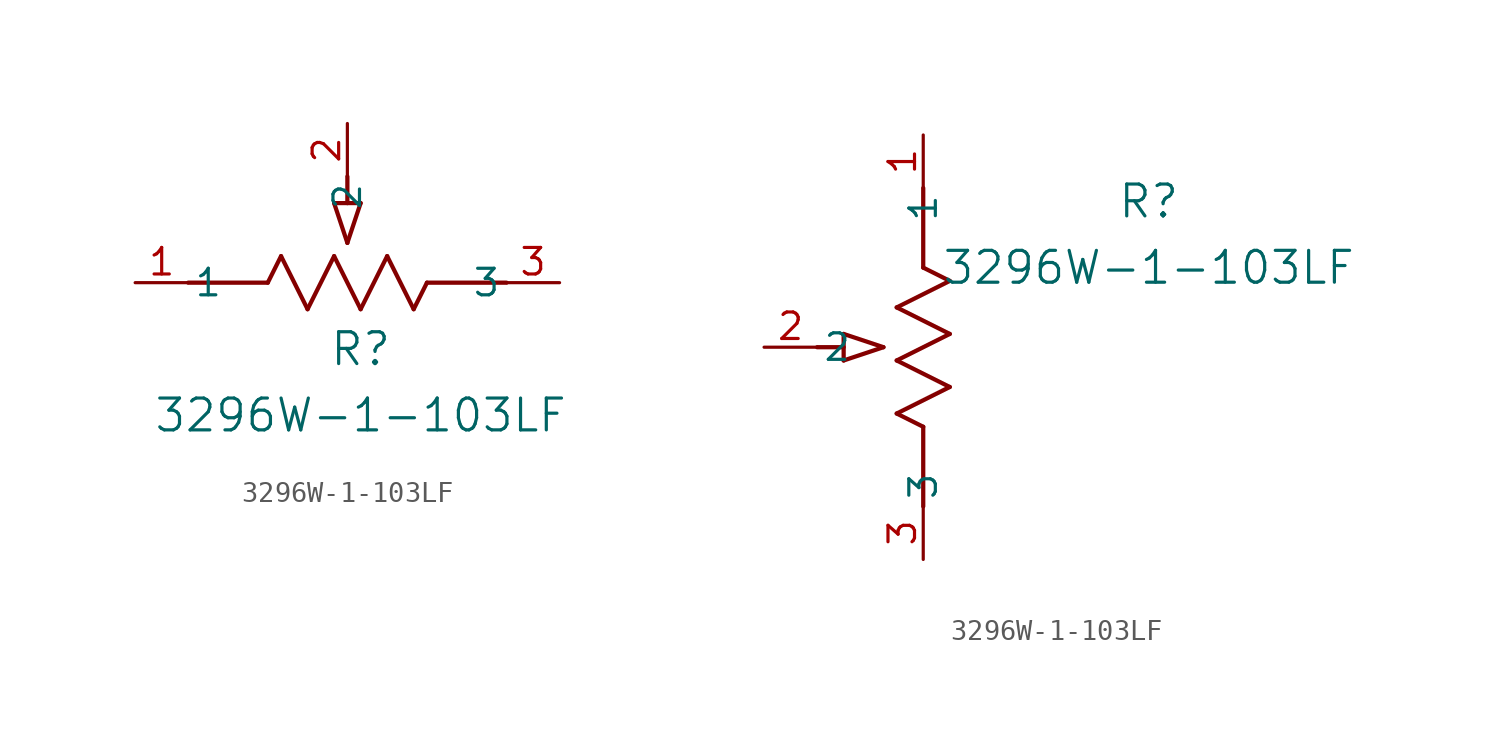
<source format=kicad_sym>
(kicad_symbol_lib
  (version 20211014)
  (generator kicad_symbol_editor)
  (symbol "3296W-1-103LF"
    (pin_names
      (offset 0.254))
    (property "Reference" "R"
      (at 10.795 -3.175 0)
      (effects (font (size 1.524 1.524))))
    (property "Value" "3296W-1-103LF"
      (at 10.795 -6.35 0)
      (effects (font (size 1.524 1.524))))
    (symbol "3296W-1-103LF_1_1"
      (polyline (pts (xy 9.525 3.81) (xy 10.16 1.905)) (stroke (width 0.203) (type default) (color 0 0 0 0)) (fill (type none)))
      (polyline (pts (xy 10.795 3.81) (xy 10.16 1.905)) (stroke (width 0.203) (type default) (color 0 0 0 0)) (fill (type none)))
      (polyline (pts (xy 9.525 3.81) (xy 10.795 3.81)) (stroke (width 0.203) (type default) (color 0 0 0 0)) (fill (type none)))
      (polyline (pts (xy 10.16 3.81) (xy 10.16 5.08)) (stroke (width 0.203) (type default) (color 0 0 0 0)) (fill (type none)))
      (polyline (pts (xy 6.35 0) (xy 6.985 1.27)) (stroke (width 0.203) (type default) (color 0 0 0 0)) (fill (type none)))
      (polyline (pts (xy 9.525 1.27) (xy 10.795 -1.27)) (stroke (width 0.203) (type default) (color 0 0 0 0)) (fill (type none)))
      (polyline (pts (xy 10.795 -1.27) (xy 12.065 1.27)) (stroke (width 0.203) (type default) (color 0 0 0 0)) (fill (type none)))
      (polyline (pts (xy 8.255 -1.27) (xy 9.525 1.27)) (stroke (width 0.203) (type default) (color 0 0 0 0)) (fill (type none)))
      (polyline (pts (xy 6.985 1.27) (xy 8.255 -1.27)) (stroke (width 0.203) (type default) (color 0 0 0 0)) (fill (type none)))
      (polyline (pts (xy 13.335 -1.27) (xy 13.97 0)) (stroke (width 0.203) (type default) (color 0 0 0 0)) (fill (type none)))
      (polyline (pts (xy 13.97 0) (xy 17.78 0)) (stroke (width 0.203) (type default) (color 0 0 0 0)) (fill (type none)))
      (polyline (pts (xy 2.54 0) (xy 6.35 0)) (stroke (width 0.203) (type default) (color 0 0 0 0)) (fill (type none)))
      (polyline (pts (xy 12.065 1.27) (xy 13.335 -1.27)) (stroke (width 0.203) (type default) (color 0 0 0 0)) (fill (type none)))
      (pin unspecified line (at 20.32 0 180) (length 2.54) (name "3" (effects (font (size 1.27 1.27)))) (number "3" (effects (font (size 1.27 1.27)))))
      (pin unspecified line (at 10.16 7.62 270) (length 2.54) (name "2" (effects (font (size 1.27 1.27)))) (number "2" (effects (font (size 1.27 1.27)))))
      (pin unspecified line (at 0 0 0) (length 2.54) (name "1" (effects (font (size 1.27 1.27)))) (number "1" (effects (font (size 1.27 1.27))))))
    (symbol "3296W-1-103LF_1_2"
      (polyline (pts (xy 0 -13.97) (xy -1.27 -13.335)) (stroke (width 0.203) (type default) (color 0 0 0 0)) (fill (type none)))
      (polyline (pts (xy 0 -17.78) (xy 0 -13.97)) (stroke (width 0.203) (type default) (color 0 0 0 0)) (fill (type none)))
      (polyline (pts (xy -3.81 -10.795) (xy -1.905 -10.16)) (stroke (width 0.203) (type default) (color 0 0 0 0)) (fill (type none)))
      (polyline (pts (xy -3.81 -9.525) (xy -1.905 -10.16)) (stroke (width 0.203) (type default) (color 0 0 0 0)) (fill (type none)))
      (polyline (pts (xy -3.81 -10.795) (xy -3.81 -9.525)) (stroke (width 0.203) (type default) (color 0 0 0 0)) (fill (type none)))
      (polyline (pts (xy 1.27 -12.065) (xy -1.27 -10.795)) (stroke (width 0.203) (type default) (color 0 0 0 0)) (fill (type none)))
      (polyline (pts (xy -1.27 -10.795) (xy 1.27 -9.525)) (stroke (width 0.203) (type default) (color 0 0 0 0)) (fill (type none)))
      (polyline (pts (xy 1.27 -9.525) (xy -1.27 -8.255)) (stroke (width 0.203) (type default) (color 0 0 0 0)) (fill (type none)))
      (polyline (pts (xy -1.27 -8.255) (xy 1.27 -6.985)) (stroke (width 0.203) (type default) (color 0 0 0 0)) (fill (type none)))
      (polyline (pts (xy 1.27 -6.985) (xy 0 -6.35)) (stroke (width 0.203) (type default) (color 0 0 0 0)) (fill (type none)))
      (polyline (pts (xy -1.27 -13.335) (xy 1.27 -12.065)) (stroke (width 0.203) (type default) (color 0 0 0 0)) (fill (type none)))
      (polyline (pts (xy 0 -6.35) (xy 0 -2.54)) (stroke (width 0.203) (type default) (color 0 0 0 0)) (fill (type none)))
      (polyline (pts (xy -3.81 -10.16) (xy -5.08 -10.16)) (stroke (width 0.203) (type default) (color 0 0 0 0)) (fill (type none)))
      (pin unspecified line (at 0 -20.32 90) (length 2.54) (name "3" (effects (font (size 1.27 1.27)))) (number "3" (effects (font (size 1.27 1.27)))))
      (pin unspecified line (at -7.62 -10.16 0) (length 2.54) (name "2" (effects (font (size 1.27 1.27)))) (number "2" (effects (font (size 1.27 1.27)))))
      (pin unspecified line (at 0 0 270) (length 2.54) (name "1" (effects (font (size 1.27 1.27)))) (number "1" (effects (font (size 1.27 1.27))))))))
</source>
